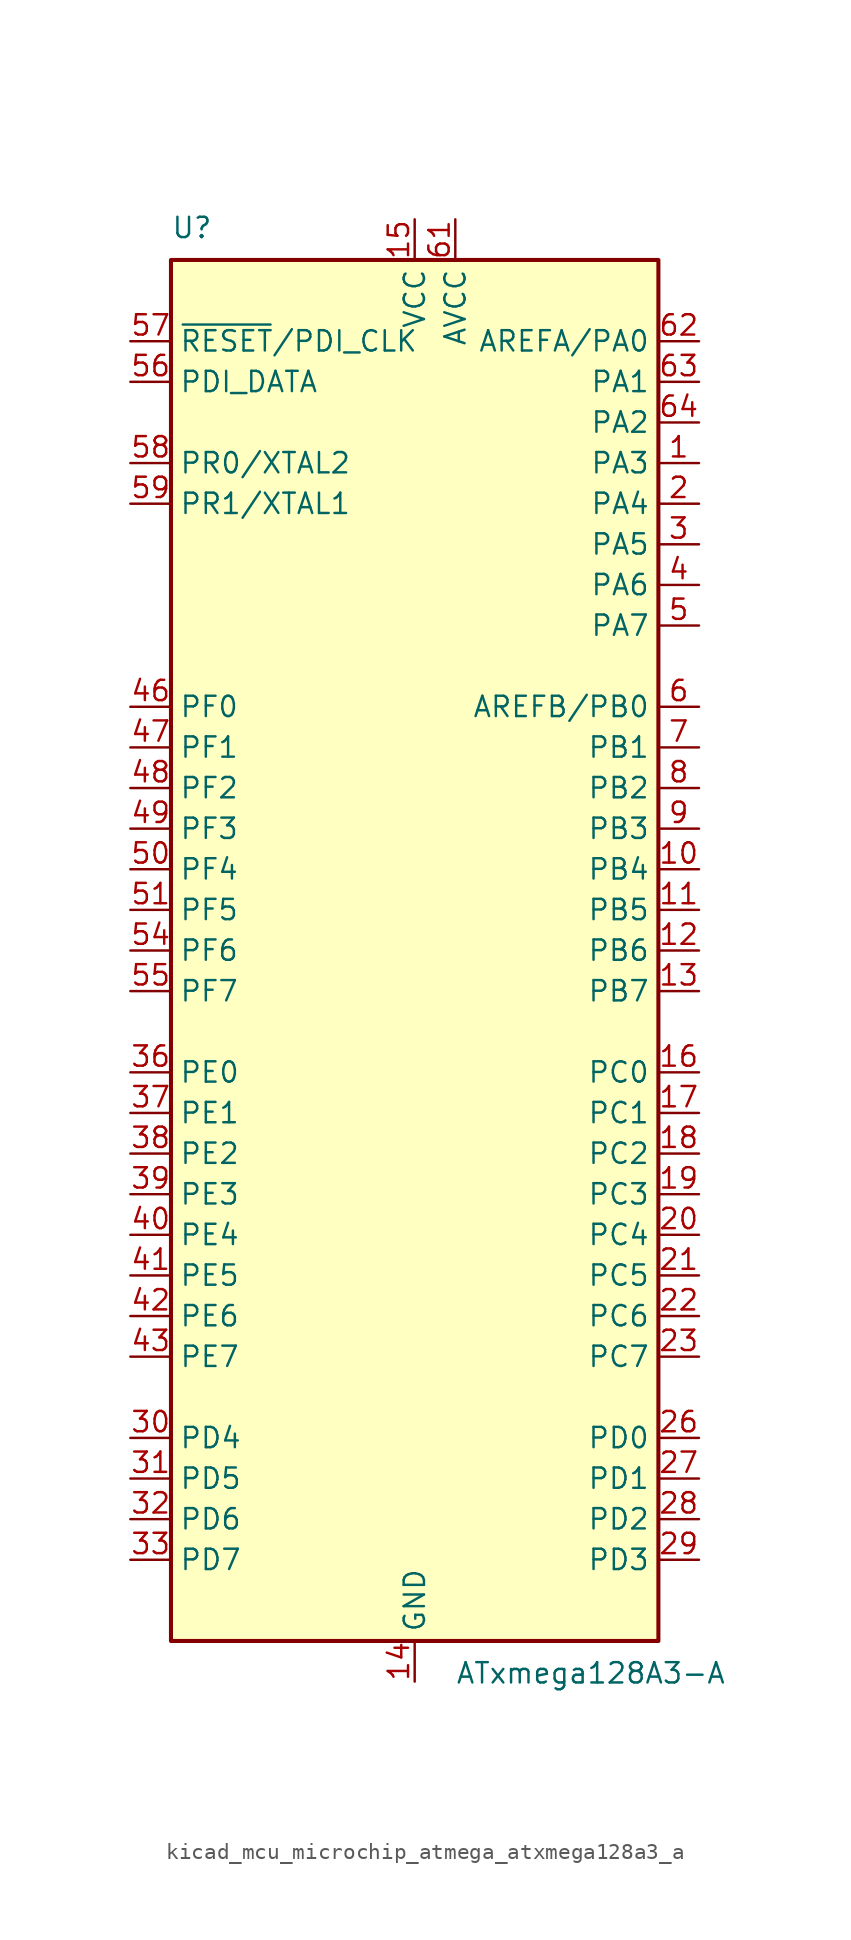
<source format=kicad_sym>
(kicad_symbol_lib
  (version 20220914)
  (generator kicad_symbol_editor)
  (symbol "kicad_mcu_microchip_atmega_atxmega128a3_a"
    (property "Reference" "U"
      (at -15.24 44.45 0)
      (effects (font (size 1.27 1.27)) (justify left bottom)))
    (property "Value" "ATxmega128A3-A"
      (at 2.54 -44.45 0)
      (effects (font (size 1.27 1.27)) (justify left top)))
    (symbol "kicad_mcu_microchip_atmega_atxmega128a3_a_0_1"
      (rectangle (start -15.24 -43.18) (end 15.24 43.18) (stroke (width 0.254) (type default)) (fill (type background))))
    (symbol "kicad_mcu_microchip_atmega_atxmega128a3_a_1_1"
      (pin bidirectional line (at 17.78 30.48 180) (length 2.54) (name "PA3" (effects (font (size 1.27 1.27)))) (number "1" (effects (font (size 1.27 1.27)))))
      (pin bidirectional line (at 17.78 5.08 180) (length 2.54) (name "PB4" (effects (font (size 1.27 1.27)))) (number "10" (effects (font (size 1.27 1.27)))))
      (pin bidirectional line (at 17.78 2.54 180) (length 2.54) (name "PB5" (effects (font (size 1.27 1.27)))) (number "11" (effects (font (size 1.27 1.27)))))
      (pin bidirectional line (at 17.78 0 180) (length 2.54) (name "PB6" (effects (font (size 1.27 1.27)))) (number "12" (effects (font (size 1.27 1.27)))))
      (pin bidirectional line (at 17.78 -2.54 180) (length 2.54) (name "PB7" (effects (font (size 1.27 1.27)))) (number "13" (effects (font (size 1.27 1.27)))))
      (pin power_in line (at 0 -45.72 90) (length 2.54) (name "GND" (effects (font (size 1.27 1.27)))) (number "14" (effects (font (size 1.27 1.27)))))
      (pin power_in line (at 0 45.72 270) (length 2.54) (name "VCC" (effects (font (size 1.27 1.27)))) (number "15" (effects (font (size 1.27 1.27)))))
      (pin bidirectional line (at 17.78 -7.62 180) (length 2.54) (name "PC0" (effects (font (size 1.27 1.27)))) (number "16" (effects (font (size 1.27 1.27)))))
      (pin bidirectional line (at 17.78 -10.16 180) (length 2.54) (name "PC1" (effects (font (size 1.27 1.27)))) (number "17" (effects (font (size 1.27 1.27)))))
      (pin bidirectional line (at 17.78 -12.7 180) (length 2.54) (name "PC2" (effects (font (size 1.27 1.27)))) (number "18" (effects (font (size 1.27 1.27)))))
      (pin bidirectional line (at 17.78 -15.24 180) (length 2.54) (name "PC3" (effects (font (size 1.27 1.27)))) (number "19" (effects (font (size 1.27 1.27)))))
      (pin bidirectional line (at 17.78 27.94 180) (length 2.54) (name "PA4" (effects (font (size 1.27 1.27)))) (number "2" (effects (font (size 1.27 1.27)))))
      (pin bidirectional line (at 17.78 -17.78 180) (length 2.54) (name "PC4" (effects (font (size 1.27 1.27)))) (number "20" (effects (font (size 1.27 1.27)))))
      (pin bidirectional line (at 17.78 -20.32 180) (length 2.54) (name "PC5" (effects (font (size 1.27 1.27)))) (number "21" (effects (font (size 1.27 1.27)))))
      (pin bidirectional line (at 17.78 -22.86 180) (length 2.54) (name "PC6" (effects (font (size 1.27 1.27)))) (number "22" (effects (font (size 1.27 1.27)))))
      (pin bidirectional line (at 17.78 -25.4 180) (length 2.54) (name "PC7" (effects (font (size 1.27 1.27)))) (number "23" (effects (font (size 1.27 1.27)))))
      (pin passive line (at 0 -45.72 90) (length 2.54) hide (name "GND" (effects (font (size 1.27 1.27)))) (number "24" (effects (font (size 1.27 1.27)))))
      (pin passive line (at 0 45.72 270) (length 2.54) hide (name "VCC" (effects (font (size 1.27 1.27)))) (number "25" (effects (font (size 1.27 1.27)))))
      (pin bidirectional line (at 17.78 -30.48 180) (length 2.54) (name "PD0" (effects (font (size 1.27 1.27)))) (number "26" (effects (font (size 1.27 1.27)))))
      (pin bidirectional line (at 17.78 -33.02 180) (length 2.54) (name "PD1" (effects (font (size 1.27 1.27)))) (number "27" (effects (font (size 1.27 1.27)))))
      (pin bidirectional line (at 17.78 -35.56 180) (length 2.54) (name "PD2" (effects (font (size 1.27 1.27)))) (number "28" (effects (font (size 1.27 1.27)))))
      (pin bidirectional line (at 17.78 -38.1 180) (length 2.54) (name "PD3" (effects (font (size 1.27 1.27)))) (number "29" (effects (font (size 1.27 1.27)))))
      (pin bidirectional line (at 17.78 25.4 180) (length 2.54) (name "PA5" (effects (font (size 1.27 1.27)))) (number "3" (effects (font (size 1.27 1.27)))))
      (pin bidirectional line (at -17.78 -30.48 0) (length 2.54) (name "PD4" (effects (font (size 1.27 1.27)))) (number "30" (effects (font (size 1.27 1.27)))))
      (pin bidirectional line (at -17.78 -33.02 0) (length 2.54) (name "PD5" (effects (font (size 1.27 1.27)))) (number "31" (effects (font (size 1.27 1.27)))))
      (pin bidirectional line (at -17.78 -35.56 0) (length 2.54) (name "PD6" (effects (font (size 1.27 1.27)))) (number "32" (effects (font (size 1.27 1.27)))))
      (pin bidirectional line (at -17.78 -38.1 0) (length 2.54) (name "PD7" (effects (font (size 1.27 1.27)))) (number "33" (effects (font (size 1.27 1.27)))))
      (pin passive line (at 0 -45.72 90) (length 2.54) hide (name "GND" (effects (font (size 1.27 1.27)))) (number "34" (effects (font (size 1.27 1.27)))))
      (pin passive line (at 0 45.72 270) (length 2.54) hide (name "VCC" (effects (font (size 1.27 1.27)))) (number "35" (effects (font (size 1.27 1.27)))))
      (pin bidirectional line (at -17.78 -7.62 0) (length 2.54) (name "PE0" (effects (font (size 1.27 1.27)))) (number "36" (effects (font (size 1.27 1.27)))))
      (pin bidirectional line (at -17.78 -10.16 0) (length 2.54) (name "PE1" (effects (font (size 1.27 1.27)))) (number "37" (effects (font (size 1.27 1.27)))))
      (pin bidirectional line (at -17.78 -12.7 0) (length 2.54) (name "PE2" (effects (font (size 1.27 1.27)))) (number "38" (effects (font (size 1.27 1.27)))))
      (pin bidirectional line (at -17.78 -15.24 0) (length 2.54) (name "PE3" (effects (font (size 1.27 1.27)))) (number "39" (effects (font (size 1.27 1.27)))))
      (pin bidirectional line (at 17.78 22.86 180) (length 2.54) (name "PA6" (effects (font (size 1.27 1.27)))) (number "4" (effects (font (size 1.27 1.27)))))
      (pin bidirectional line (at -17.78 -17.78 0) (length 2.54) (name "PE4" (effects (font (size 1.27 1.27)))) (number "40" (effects (font (size 1.27 1.27)))))
      (pin bidirectional line (at -17.78 -20.32 0) (length 2.54) (name "PE5" (effects (font (size 1.27 1.27)))) (number "41" (effects (font (size 1.27 1.27)))))
      (pin bidirectional line (at -17.78 -22.86 0) (length 2.54) (name "PE6" (effects (font (size 1.27 1.27)))) (number "42" (effects (font (size 1.27 1.27)))))
      (pin bidirectional line (at -17.78 -25.4 0) (length 2.54) (name "PE7" (effects (font (size 1.27 1.27)))) (number "43" (effects (font (size 1.27 1.27)))))
      (pin passive line (at 0 -45.72 90) (length 2.54) hide (name "GND" (effects (font (size 1.27 1.27)))) (number "44" (effects (font (size 1.27 1.27)))))
      (pin passive line (at 0 45.72 270) (length 2.54) hide (name "VCC" (effects (font (size 1.27 1.27)))) (number "45" (effects (font (size 1.27 1.27)))))
      (pin bidirectional line (at -17.78 15.24 0) (length 2.54) (name "PF0" (effects (font (size 1.27 1.27)))) (number "46" (effects (font (size 1.27 1.27)))))
      (pin bidirectional line (at -17.78 12.7 0) (length 2.54) (name "PF1" (effects (font (size 1.27 1.27)))) (number "47" (effects (font (size 1.27 1.27)))))
      (pin bidirectional line (at -17.78 10.16 0) (length 2.54) (name "PF2" (effects (font (size 1.27 1.27)))) (number "48" (effects (font (size 1.27 1.27)))))
      (pin bidirectional line (at -17.78 7.62 0) (length 2.54) (name "PF3" (effects (font (size 1.27 1.27)))) (number "49" (effects (font (size 1.27 1.27)))))
      (pin bidirectional line (at 17.78 20.32 180) (length 2.54) (name "PA7" (effects (font (size 1.27 1.27)))) (number "5" (effects (font (size 1.27 1.27)))))
      (pin bidirectional line (at -17.78 5.08 0) (length 2.54) (name "PF4" (effects (font (size 1.27 1.27)))) (number "50" (effects (font (size 1.27 1.27)))))
      (pin bidirectional line (at -17.78 2.54 0) (length 2.54) (name "PF5" (effects (font (size 1.27 1.27)))) (number "51" (effects (font (size 1.27 1.27)))))
      (pin passive line (at 0 -45.72 90) (length 2.54) hide (name "GND" (effects (font (size 1.27 1.27)))) (number "52" (effects (font (size 1.27 1.27)))))
      (pin passive line (at 0 45.72 270) (length 2.54) hide (name "VCC" (effects (font (size 1.27 1.27)))) (number "53" (effects (font (size 1.27 1.27)))))
      (pin bidirectional line (at -17.78 0 0) (length 2.54) (name "PF6" (effects (font (size 1.27 1.27)))) (number "54" (effects (font (size 1.27 1.27)))))
      (pin bidirectional line (at -17.78 -2.54 0) (length 2.54) (name "PF7" (effects (font (size 1.27 1.27)))) (number "55" (effects (font (size 1.27 1.27)))))
      (pin bidirectional line (at -17.78 35.56 0) (length 2.54) (name "PDI_DATA" (effects (font (size 1.27 1.27)))) (number "56" (effects (font (size 1.27 1.27)))))
      (pin input line (at -17.78 38.1 0) (length 2.54) (name "~{RESET}/PDI_CLK" (effects (font (size 1.27 1.27)))) (number "57" (effects (font (size 1.27 1.27)))))
      (pin bidirectional line (at -17.78 30.48 0) (length 2.54) (name "PR0/XTAL2" (effects (font (size 1.27 1.27)))) (number "58" (effects (font (size 1.27 1.27)))))
      (pin bidirectional line (at -17.78 27.94 0) (length 2.54) (name "PR1/XTAL1" (effects (font (size 1.27 1.27)))) (number "59" (effects (font (size 1.27 1.27)))))
      (pin bidirectional line (at 17.78 15.24 180) (length 2.54) (name "AREFB/PB0" (effects (font (size 1.27 1.27)))) (number "6" (effects (font (size 1.27 1.27)))))
      (pin passive line (at 0 -45.72 90) (length 2.54) hide (name "GND" (effects (font (size 1.27 1.27)))) (number "60" (effects (font (size 1.27 1.27)))))
      (pin power_in line (at 2.54 45.72 270) (length 2.54) (name "AVCC" (effects (font (size 1.27 1.27)))) (number "61" (effects (font (size 1.27 1.27)))))
      (pin bidirectional line (at 17.78 38.1 180) (length 2.54) (name "AREFA/PA0" (effects (font (size 1.27 1.27)))) (number "62" (effects (font (size 1.27 1.27)))))
      (pin bidirectional line (at 17.78 35.56 180) (length 2.54) (name "PA1" (effects (font (size 1.27 1.27)))) (number "63" (effects (font (size 1.27 1.27)))))
      (pin bidirectional line (at 17.78 33.02 180) (length 2.54) (name "PA2" (effects (font (size 1.27 1.27)))) (number "64" (effects (font (size 1.27 1.27)))))
      (pin bidirectional line (at 17.78 12.7 180) (length 2.54) (name "PB1" (effects (font (size 1.27 1.27)))) (number "7" (effects (font (size 1.27 1.27)))))
      (pin bidirectional line (at 17.78 10.16 180) (length 2.54) (name "PB2" (effects (font (size 1.27 1.27)))) (number "8" (effects (font (size 1.27 1.27)))))
      (pin bidirectional line (at 17.78 7.62 180) (length 2.54) (name "PB3" (effects (font (size 1.27 1.27)))) (number "9" (effects (font (size 1.27 1.27))))))))
</source>
